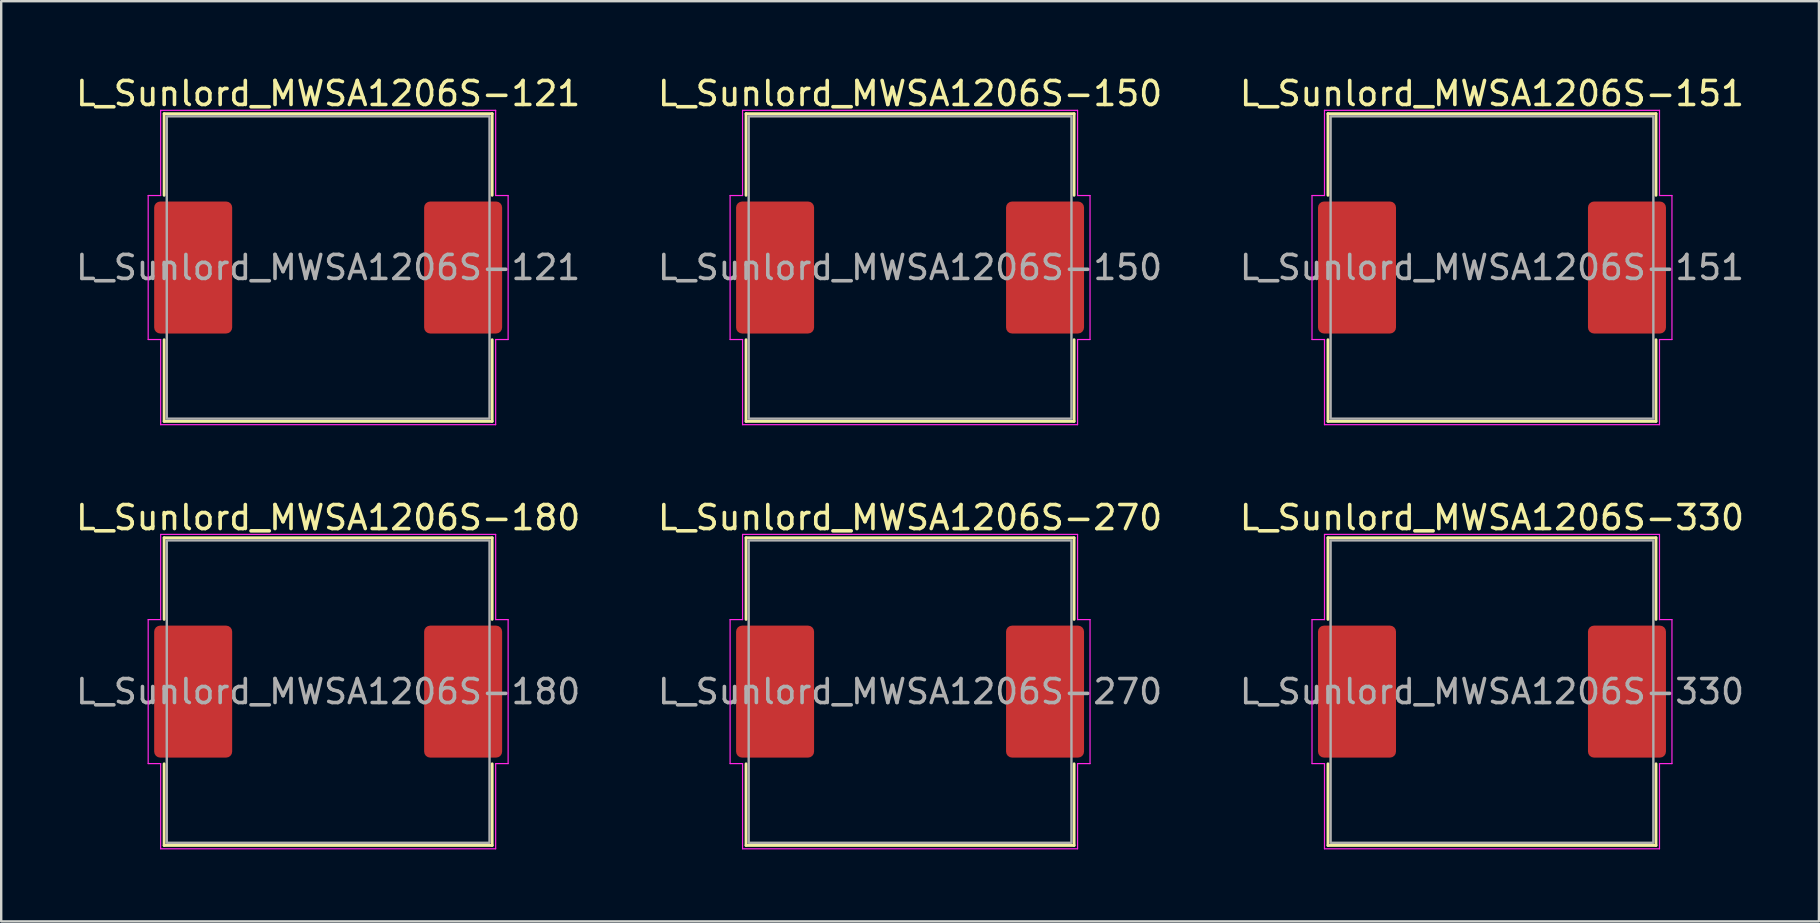
<source format=kicad_pcb>
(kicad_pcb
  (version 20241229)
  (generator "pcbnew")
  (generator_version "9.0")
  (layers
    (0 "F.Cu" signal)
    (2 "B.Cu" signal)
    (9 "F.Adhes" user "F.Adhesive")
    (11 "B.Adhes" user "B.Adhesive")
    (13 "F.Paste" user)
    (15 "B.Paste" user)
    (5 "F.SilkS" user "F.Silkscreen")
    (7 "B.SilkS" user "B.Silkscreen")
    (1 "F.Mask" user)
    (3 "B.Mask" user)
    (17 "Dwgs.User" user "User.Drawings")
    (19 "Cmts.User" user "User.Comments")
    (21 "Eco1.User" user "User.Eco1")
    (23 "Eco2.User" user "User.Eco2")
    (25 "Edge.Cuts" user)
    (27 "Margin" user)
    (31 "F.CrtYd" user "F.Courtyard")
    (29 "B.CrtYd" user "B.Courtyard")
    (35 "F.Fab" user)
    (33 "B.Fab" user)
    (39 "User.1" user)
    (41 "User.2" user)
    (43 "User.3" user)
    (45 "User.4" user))
  (footprint "L_Sunlord_MWSA1206S-151"
    (layer "F.Cu")
    (at 59.125 8.098)
    (property "Reference" "L_Sunlord_MWSA1206S-151" (at 0 -7.25 0) (layer "F.SilkS") (effects (font (size 1 1) (thickness 0.15))))
    (attr smd)
    (fp_line (start -6.835 -6.41) (end 6.835 -6.41) (stroke (width 0.12) (type solid)) (layer "F.SilkS"))
    (fp_line (start -6.835 -3.01) (end -6.835 -6.41) (stroke (width 0.12) (type solid)) (layer "F.SilkS"))
    (fp_line (start -6.835 6.41) (end -6.835 3.01) (stroke (width 0.12) (type solid)) (layer "F.SilkS"))
    (fp_line (start 6.835 -6.41) (end 6.835 -3.01) (stroke (width 0.12) (type solid)) (layer "F.SilkS"))
    (fp_line (start 6.835 3.01) (end 6.835 6.41) (stroke (width 0.12) (type solid)) (layer "F.SilkS"))
    (fp_line (start 6.835 6.41) (end -6.835 6.41) (stroke (width 0.12) (type solid)) (layer "F.SilkS"))
    (fp_line (start -7.5 -3) (end -6.98 -3) (stroke (width 0.05) (type solid)) (layer "F.CrtYd"))
    (fp_line (start -7.5 3) (end -7.5 -3) (stroke (width 0.05) (type solid)) (layer "F.CrtYd"))
    (fp_line (start -6.98 -6.55) (end 6.98 -6.55) (stroke (width 0.05) (type solid)) (layer "F.CrtYd"))
    (fp_line (start -6.98 -3) (end -6.98 -6.55) (stroke (width 0.05) (type solid)) (layer "F.CrtYd"))
    (fp_line (start -6.98 3) (end -7.5 3) (stroke (width 0.05) (type solid)) (layer "F.CrtYd"))
    (fp_line (start -6.98 6.55) (end -6.98 3) (stroke (width 0.05) (type solid)) (layer "F.CrtYd"))
    (fp_line (start 6.98 -6.55) (end 6.98 -3) (stroke (width 0.05) (type solid)) (layer "F.CrtYd"))
    (fp_line (start 6.98 -3) (end 7.5 -3) (stroke (width 0.05) (type solid)) (layer "F.CrtYd"))
    (fp_line (start 6.98 3) (end 6.98 6.55) (stroke (width 0.05) (type solid)) (layer "F.CrtYd"))
    (fp_line (start 6.98 6.55) (end -6.98 6.55) (stroke (width 0.05) (type solid)) (layer "F.CrtYd"))
    (fp_line (start 7.5 -3) (end 7.5 3) (stroke (width 0.05) (type solid)) (layer "F.CrtYd"))
    (fp_line (start 7.5 3) (end 6.98 3) (stroke (width 0.05) (type solid)) (layer "F.CrtYd"))
    (fp_rect (start -6.725 -6.3) (end 6.725 6.3) (stroke (width 0.1) (type solid)) (fill no) (layer "F.Fab"))
    (fp_text user "${REFERENCE}" (at 0 0 0) (layer "F.Fab") (effects (font (size 1 1) (thickness 0.15))))
    (pad "1" smd roundrect (at -5.625 0) (size 3.25 5.5) (layers "F.Cu" "F.Mask" "F.Paste") (roundrect_rratio 0.077))
    (pad "2" smd roundrect (at 5.625 0) (size 3.25 5.5) (layers "F.Cu" "F.Mask" "F.Paste") (roundrect_rratio 0.077)))
  (footprint "L_Sunlord_MWSA1206S-121"
    (layer "F.Cu")
    (at 10.625 8.098)
    (property "Reference" "L_Sunlord_MWSA1206S-121" (at 0 -7.25 0) (layer "F.SilkS") (effects (font (size 1 1) (thickness 0.15))))
    (attr smd)
    (fp_line (start -6.835 -6.41) (end 6.835 -6.41) (stroke (width 0.12) (type solid)) (layer "F.SilkS"))
    (fp_line (start -6.835 -3.01) (end -6.835 -6.41) (stroke (width 0.12) (type solid)) (layer "F.SilkS"))
    (fp_line (start -6.835 6.41) (end -6.835 3.01) (stroke (width 0.12) (type solid)) (layer "F.SilkS"))
    (fp_line (start 6.835 -6.41) (end 6.835 -3.01) (stroke (width 0.12) (type solid)) (layer "F.SilkS"))
    (fp_line (start 6.835 3.01) (end 6.835 6.41) (stroke (width 0.12) (type solid)) (layer "F.SilkS"))
    (fp_line (start 6.835 6.41) (end -6.835 6.41) (stroke (width 0.12) (type solid)) (layer "F.SilkS"))
    (fp_line (start -7.5 -3) (end -6.98 -3) (stroke (width 0.05) (type solid)) (layer "F.CrtYd"))
    (fp_line (start -7.5 3) (end -7.5 -3) (stroke (width 0.05) (type solid)) (layer "F.CrtYd"))
    (fp_line (start -6.98 -6.55) (end 6.98 -6.55) (stroke (width 0.05) (type solid)) (layer "F.CrtYd"))
    (fp_line (start -6.98 -3) (end -6.98 -6.55) (stroke (width 0.05) (type solid)) (layer "F.CrtYd"))
    (fp_line (start -6.98 3) (end -7.5 3) (stroke (width 0.05) (type solid)) (layer "F.CrtYd"))
    (fp_line (start -6.98 6.55) (end -6.98 3) (stroke (width 0.05) (type solid)) (layer "F.CrtYd"))
    (fp_line (start 6.98 -6.55) (end 6.98 -3) (stroke (width 0.05) (type solid)) (layer "F.CrtYd"))
    (fp_line (start 6.98 -3) (end 7.5 -3) (stroke (width 0.05) (type solid)) (layer "F.CrtYd"))
    (fp_line (start 6.98 3) (end 6.98 6.55) (stroke (width 0.05) (type solid)) (layer "F.CrtYd"))
    (fp_line (start 6.98 6.55) (end -6.98 6.55) (stroke (width 0.05) (type solid)) (layer "F.CrtYd"))
    (fp_line (start 7.5 -3) (end 7.5 3) (stroke (width 0.05) (type solid)) (layer "F.CrtYd"))
    (fp_line (start 7.5 3) (end 6.98 3) (stroke (width 0.05) (type solid)) (layer "F.CrtYd"))
    (fp_rect (start -6.725 -6.3) (end 6.725 6.3) (stroke (width 0.1) (type solid)) (fill no) (layer "F.Fab"))
    (fp_text user "${REFERENCE}" (at 0 0 0) (layer "F.Fab") (effects (font (size 1 1) (thickness 0.15))))
    (pad "1" smd roundrect (at -5.625 0) (size 3.25 5.5) (layers "F.Cu" "F.Mask" "F.Paste") (roundrect_rratio 0.077))
    (pad "2" smd roundrect (at 5.625 0) (size 3.25 5.5) (layers "F.Cu" "F.Mask" "F.Paste") (roundrect_rratio 0.077)))
  (footprint "L_Sunlord_MWSA1206S-270"
    (layer "F.Cu")
    (at 34.875 25.771)
    (property "Reference" "L_Sunlord_MWSA1206S-270" (at 0 -7.25 0) (layer "F.SilkS") (effects (font (size 1 1) (thickness 0.15))))
    (attr smd)
    (fp_line (start -6.835 -6.41) (end 6.835 -6.41) (stroke (width 0.12) (type solid)) (layer "F.SilkS"))
    (fp_line (start -6.835 -3.01) (end -6.835 -6.41) (stroke (width 0.12) (type solid)) (layer "F.SilkS"))
    (fp_line (start -6.835 6.41) (end -6.835 3.01) (stroke (width 0.12) (type solid)) (layer "F.SilkS"))
    (fp_line (start 6.835 -6.41) (end 6.835 -3.01) (stroke (width 0.12) (type solid)) (layer "F.SilkS"))
    (fp_line (start 6.835 3.01) (end 6.835 6.41) (stroke (width 0.12) (type solid)) (layer "F.SilkS"))
    (fp_line (start 6.835 6.41) (end -6.835 6.41) (stroke (width 0.12) (type solid)) (layer "F.SilkS"))
    (fp_line (start -7.5 -3) (end -6.98 -3) (stroke (width 0.05) (type solid)) (layer "F.CrtYd"))
    (fp_line (start -7.5 3) (end -7.5 -3) (stroke (width 0.05) (type solid)) (layer "F.CrtYd"))
    (fp_line (start -6.98 -6.55) (end 6.98 -6.55) (stroke (width 0.05) (type solid)) (layer "F.CrtYd"))
    (fp_line (start -6.98 -3) (end -6.98 -6.55) (stroke (width 0.05) (type solid)) (layer "F.CrtYd"))
    (fp_line (start -6.98 3) (end -7.5 3) (stroke (width 0.05) (type solid)) (layer "F.CrtYd"))
    (fp_line (start -6.98 6.55) (end -6.98 3) (stroke (width 0.05) (type solid)) (layer "F.CrtYd"))
    (fp_line (start 6.98 -6.55) (end 6.98 -3) (stroke (width 0.05) (type solid)) (layer "F.CrtYd"))
    (fp_line (start 6.98 -3) (end 7.5 -3) (stroke (width 0.05) (type solid)) (layer "F.CrtYd"))
    (fp_line (start 6.98 3) (end 6.98 6.55) (stroke (width 0.05) (type solid)) (layer "F.CrtYd"))
    (fp_line (start 6.98 6.55) (end -6.98 6.55) (stroke (width 0.05) (type solid)) (layer "F.CrtYd"))
    (fp_line (start 7.5 -3) (end 7.5 3) (stroke (width 0.05) (type solid)) (layer "F.CrtYd"))
    (fp_line (start 7.5 3) (end 6.98 3) (stroke (width 0.05) (type solid)) (layer "F.CrtYd"))
    (fp_rect (start -6.725 -6.3) (end 6.725 6.3) (stroke (width 0.1) (type solid)) (fill no) (layer "F.Fab"))
    (fp_text user "${REFERENCE}" (at 0 0 0) (layer "F.Fab") (effects (font (size 1 1) (thickness 0.15))))
    (pad "1" smd roundrect (at -5.625 0) (size 3.25 5.5) (layers "F.Cu" "F.Mask" "F.Paste") (roundrect_rratio 0.077))
    (pad "2" smd roundrect (at 5.625 0) (size 3.25 5.5) (layers "F.Cu" "F.Mask" "F.Paste") (roundrect_rratio 0.077)))
  (footprint "L_Sunlord_MWSA1206S-180"
    (layer "F.Cu")
    (at 10.625 25.771)
    (property "Reference" "L_Sunlord_MWSA1206S-180" (at 0 -7.25 0) (layer "F.SilkS") (effects (font (size 1 1) (thickness 0.15))))
    (attr smd)
    (fp_line (start -6.835 -6.41) (end 6.835 -6.41) (stroke (width 0.12) (type solid)) (layer "F.SilkS"))
    (fp_line (start -6.835 -3.01) (end -6.835 -6.41) (stroke (width 0.12) (type solid)) (layer "F.SilkS"))
    (fp_line (start -6.835 6.41) (end -6.835 3.01) (stroke (width 0.12) (type solid)) (layer "F.SilkS"))
    (fp_line (start 6.835 -6.41) (end 6.835 -3.01) (stroke (width 0.12) (type solid)) (layer "F.SilkS"))
    (fp_line (start 6.835 3.01) (end 6.835 6.41) (stroke (width 0.12) (type solid)) (layer "F.SilkS"))
    (fp_line (start 6.835 6.41) (end -6.835 6.41) (stroke (width 0.12) (type solid)) (layer "F.SilkS"))
    (fp_line (start -7.5 -3) (end -6.98 -3) (stroke (width 0.05) (type solid)) (layer "F.CrtYd"))
    (fp_line (start -7.5 3) (end -7.5 -3) (stroke (width 0.05) (type solid)) (layer "F.CrtYd"))
    (fp_line (start -6.98 -6.55) (end 6.98 -6.55) (stroke (width 0.05) (type solid)) (layer "F.CrtYd"))
    (fp_line (start -6.98 -3) (end -6.98 -6.55) (stroke (width 0.05) (type solid)) (layer "F.CrtYd"))
    (fp_line (start -6.98 3) (end -7.5 3) (stroke (width 0.05) (type solid)) (layer "F.CrtYd"))
    (fp_line (start -6.98 6.55) (end -6.98 3) (stroke (width 0.05) (type solid)) (layer "F.CrtYd"))
    (fp_line (start 6.98 -6.55) (end 6.98 -3) (stroke (width 0.05) (type solid)) (layer "F.CrtYd"))
    (fp_line (start 6.98 -3) (end 7.5 -3) (stroke (width 0.05) (type solid)) (layer "F.CrtYd"))
    (fp_line (start 6.98 3) (end 6.98 6.55) (stroke (width 0.05) (type solid)) (layer "F.CrtYd"))
    (fp_line (start 6.98 6.55) (end -6.98 6.55) (stroke (width 0.05) (type solid)) (layer "F.CrtYd"))
    (fp_line (start 7.5 -3) (end 7.5 3) (stroke (width 0.05) (type solid)) (layer "F.CrtYd"))
    (fp_line (start 7.5 3) (end 6.98 3) (stroke (width 0.05) (type solid)) (layer "F.CrtYd"))
    (fp_rect (start -6.725 -6.3) (end 6.725 6.3) (stroke (width 0.1) (type solid)) (fill no) (layer "F.Fab"))
    (fp_text user "${REFERENCE}" (at 0 0 0) (layer "F.Fab") (effects (font (size 1 1) (thickness 0.15))))
    (pad "1" smd roundrect (at -5.625 0) (size 3.25 5.5) (layers "F.Cu" "F.Mask" "F.Paste") (roundrect_rratio 0.077))
    (pad "2" smd roundrect (at 5.625 0) (size 3.25 5.5) (layers "F.Cu" "F.Mask" "F.Paste") (roundrect_rratio 0.077)))
  (footprint "L_Sunlord_MWSA1206S-330"
    (layer "F.Cu")
    (at 59.125 25.771)
    (property "Reference" "L_Sunlord_MWSA1206S-330" (at 0 -7.25 0) (layer "F.SilkS") (effects (font (size 1 1) (thickness 0.15))))
    (attr smd)
    (fp_line (start -6.835 -6.41) (end 6.835 -6.41) (stroke (width 0.12) (type solid)) (layer "F.SilkS"))
    (fp_line (start -6.835 -3.01) (end -6.835 -6.41) (stroke (width 0.12) (type solid)) (layer "F.SilkS"))
    (fp_line (start -6.835 6.41) (end -6.835 3.01) (stroke (width 0.12) (type solid)) (layer "F.SilkS"))
    (fp_line (start 6.835 -6.41) (end 6.835 -3.01) (stroke (width 0.12) (type solid)) (layer "F.SilkS"))
    (fp_line (start 6.835 3.01) (end 6.835 6.41) (stroke (width 0.12) (type solid)) (layer "F.SilkS"))
    (fp_line (start 6.835 6.41) (end -6.835 6.41) (stroke (width 0.12) (type solid)) (layer "F.SilkS"))
    (fp_line (start -7.5 -3) (end -6.98 -3) (stroke (width 0.05) (type solid)) (layer "F.CrtYd"))
    (fp_line (start -7.5 3) (end -7.5 -3) (stroke (width 0.05) (type solid)) (layer "F.CrtYd"))
    (fp_line (start -6.98 -6.55) (end 6.98 -6.55) (stroke (width 0.05) (type solid)) (layer "F.CrtYd"))
    (fp_line (start -6.98 -3) (end -6.98 -6.55) (stroke (width 0.05) (type solid)) (layer "F.CrtYd"))
    (fp_line (start -6.98 3) (end -7.5 3) (stroke (width 0.05) (type solid)) (layer "F.CrtYd"))
    (fp_line (start -6.98 6.55) (end -6.98 3) (stroke (width 0.05) (type solid)) (layer "F.CrtYd"))
    (fp_line (start 6.98 -6.55) (end 6.98 -3) (stroke (width 0.05) (type solid)) (layer "F.CrtYd"))
    (fp_line (start 6.98 -3) (end 7.5 -3) (stroke (width 0.05) (type solid)) (layer "F.CrtYd"))
    (fp_line (start 6.98 3) (end 6.98 6.55) (stroke (width 0.05) (type solid)) (layer "F.CrtYd"))
    (fp_line (start 6.98 6.55) (end -6.98 6.55) (stroke (width 0.05) (type solid)) (layer "F.CrtYd"))
    (fp_line (start 7.5 -3) (end 7.5 3) (stroke (width 0.05) (type solid)) (layer "F.CrtYd"))
    (fp_line (start 7.5 3) (end 6.98 3) (stroke (width 0.05) (type solid)) (layer "F.CrtYd"))
    (fp_rect (start -6.725 -6.3) (end 6.725 6.3) (stroke (width 0.1) (type solid)) (fill no) (layer "F.Fab"))
    (fp_text user "${REFERENCE}" (at 0 0 0) (layer "F.Fab") (effects (font (size 1 1) (thickness 0.15))))
    (pad "1" smd roundrect (at -5.625 0) (size 3.25 5.5) (layers "F.Cu" "F.Mask" "F.Paste") (roundrect_rratio 0.077))
    (pad "2" smd roundrect (at 5.625 0) (size 3.25 5.5) (layers "F.Cu" "F.Mask" "F.Paste") (roundrect_rratio 0.077)))
  (footprint "L_Sunlord_MWSA1206S-150"
    (layer "F.Cu")
    (at 34.875 8.098)
    (property "Reference" "L_Sunlord_MWSA1206S-150" (at 0 -7.25 0) (layer "F.SilkS") (effects (font (size 1 1) (thickness 0.15))))
    (attr smd)
    (fp_line (start -6.835 -6.41) (end 6.835 -6.41) (stroke (width 0.12) (type solid)) (layer "F.SilkS"))
    (fp_line (start -6.835 -3.01) (end -6.835 -6.41) (stroke (width 0.12) (type solid)) (layer "F.SilkS"))
    (fp_line (start -6.835 6.41) (end -6.835 3.01) (stroke (width 0.12) (type solid)) (layer "F.SilkS"))
    (fp_line (start 6.835 -6.41) (end 6.835 -3.01) (stroke (width 0.12) (type solid)) (layer "F.SilkS"))
    (fp_line (start 6.835 3.01) (end 6.835 6.41) (stroke (width 0.12) (type solid)) (layer "F.SilkS"))
    (fp_line (start 6.835 6.41) (end -6.835 6.41) (stroke (width 0.12) (type solid)) (layer "F.SilkS"))
    (fp_line (start -7.5 -3) (end -6.98 -3) (stroke (width 0.05) (type solid)) (layer "F.CrtYd"))
    (fp_line (start -7.5 3) (end -7.5 -3) (stroke (width 0.05) (type solid)) (layer "F.CrtYd"))
    (fp_line (start -6.98 -6.55) (end 6.98 -6.55) (stroke (width 0.05) (type solid)) (layer "F.CrtYd"))
    (fp_line (start -6.98 -3) (end -6.98 -6.55) (stroke (width 0.05) (type solid)) (layer "F.CrtYd"))
    (fp_line (start -6.98 3) (end -7.5 3) (stroke (width 0.05) (type solid)) (layer "F.CrtYd"))
    (fp_line (start -6.98 6.55) (end -6.98 3) (stroke (width 0.05) (type solid)) (layer "F.CrtYd"))
    (fp_line (start 6.98 -6.55) (end 6.98 -3) (stroke (width 0.05) (type solid)) (layer "F.CrtYd"))
    (fp_line (start 6.98 -3) (end 7.5 -3) (stroke (width 0.05) (type solid)) (layer "F.CrtYd"))
    (fp_line (start 6.98 3) (end 6.98 6.55) (stroke (width 0.05) (type solid)) (layer "F.CrtYd"))
    (fp_line (start 6.98 6.55) (end -6.98 6.55) (stroke (width 0.05) (type solid)) (layer "F.CrtYd"))
    (fp_line (start 7.5 -3) (end 7.5 3) (stroke (width 0.05) (type solid)) (layer "F.CrtYd"))
    (fp_line (start 7.5 3) (end 6.98 3) (stroke (width 0.05) (type solid)) (layer "F.CrtYd"))
    (fp_rect (start -6.725 -6.3) (end 6.725 6.3) (stroke (width 0.1) (type solid)) (fill no) (layer "F.Fab"))
    (fp_text user "${REFERENCE}" (at 0 0 0) (layer "F.Fab") (effects (font (size 1 1) (thickness 0.15))))
    (pad "1" smd roundrect (at -5.625 0) (size 3.25 5.5) (layers "F.Cu" "F.Mask" "F.Paste") (roundrect_rratio 0.077))
    (pad "2" smd roundrect (at 5.625 0) (size 3.25 5.5) (layers "F.Cu" "F.Mask" "F.Paste") (roundrect_rratio 0.077)))
  (gr_rect
    (start -3 -3)
    (end 72.75 35.346)
    (stroke (width 0.1) (type default))
    (fill no)
    (layer "Edge.Cuts")))
</source>
